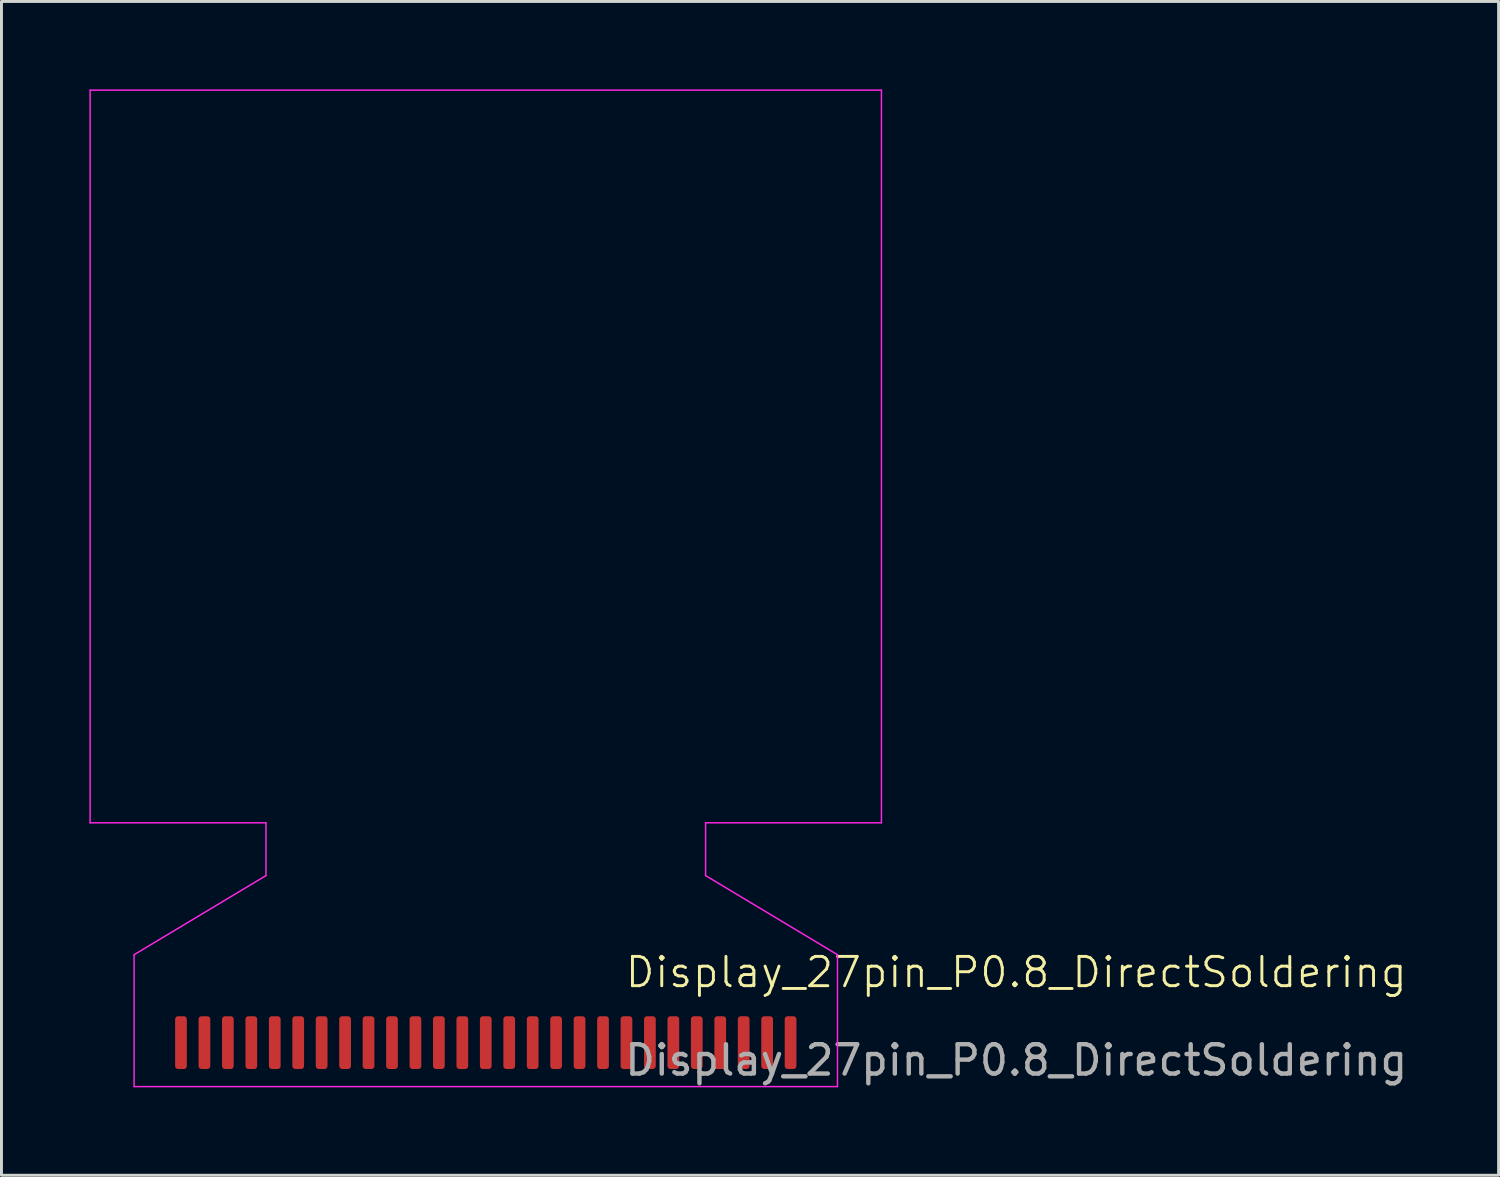
<source format=kicad_pcb>
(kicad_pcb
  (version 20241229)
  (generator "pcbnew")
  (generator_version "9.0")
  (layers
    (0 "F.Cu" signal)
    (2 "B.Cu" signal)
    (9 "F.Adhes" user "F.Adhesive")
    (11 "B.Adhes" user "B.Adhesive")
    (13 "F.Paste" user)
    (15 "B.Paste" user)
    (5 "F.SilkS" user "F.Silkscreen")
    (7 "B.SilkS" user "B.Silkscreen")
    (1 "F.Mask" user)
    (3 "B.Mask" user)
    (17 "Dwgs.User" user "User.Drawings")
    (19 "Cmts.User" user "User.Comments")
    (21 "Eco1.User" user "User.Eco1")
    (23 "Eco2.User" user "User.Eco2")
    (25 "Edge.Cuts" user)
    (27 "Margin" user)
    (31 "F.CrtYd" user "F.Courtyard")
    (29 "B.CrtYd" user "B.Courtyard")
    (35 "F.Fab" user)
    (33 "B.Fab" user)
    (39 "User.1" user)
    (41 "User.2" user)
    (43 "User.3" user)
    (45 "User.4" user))
  (footprint "Display_27pin_P0.8_DirectSoldering"
    (layer "F.Cu")
    (at 13.525 32.525)
    (property "Reference" "Display_27pin_P0.8_DirectSoldering" (at 18.1 -2.4 0) (unlocked yes) (layer "F.SilkS") (effects (font (size 1 1) (thickness 0.1))))
    (attr smd)
    (fp_line (start -13.5 -32.5) (end -13.5 -7.5) (stroke (width 0.05) (type default)) (layer "F.CrtYd"))
    (fp_line (start -13.5 -7.5) (end -7.5 -7.5) (stroke (width 0.05) (type default)) (layer "F.CrtYd"))
    (fp_line (start -12 -3) (end -12 1.5) (stroke (width 0.05) (type default)) (layer "F.CrtYd"))
    (fp_line (start -12 -3) (end -7.5 -5.7) (stroke (width 0.05) (type default)) (layer "F.CrtYd"))
    (fp_line (start -12 1.5) (end 12 1.5) (stroke (width 0.05) (type default)) (layer "F.CrtYd"))
    (fp_line (start -7.5 -7.5) (end -7.5 -5.7) (stroke (width 0.05) (type default)) (layer "F.CrtYd"))
    (fp_line (start 7.5 -7.5) (end 7.5 -5.7) (stroke (width 0.05) (type default)) (layer "F.CrtYd"))
    (fp_line (start 7.5 -7.5) (end 13.5 -7.5) (stroke (width 0.05) (type default)) (layer "F.CrtYd"))
    (fp_line (start 7.5 -5.7) (end 12 -3) (stroke (width 0.05) (type default)) (layer "F.CrtYd"))
    (fp_line (start 12 1.5) (end 12 -3) (stroke (width 0.05) (type default)) (layer "F.CrtYd"))
    (fp_line (start 13.5 -32.5) (end -13.5 -32.5) (stroke (width 0.05) (type default)) (layer "F.CrtYd"))
    (fp_line (start 13.5 -7.5) (end 13.5 -32.5) (stroke (width 0.05) (type default)) (layer "F.CrtYd"))
    (fp_text user "${REFERENCE}" (at 18.1 0.6 0) (unlocked yes) (layer "F.Fab") (effects (font (size 1 1) (thickness 0.15))))
    (pad "1" smd roundrect (at 10.4 0 180) (size 0.4 1.8) (layers "F.Cu" "F.Mask" "F.Paste") (roundrect_rratio 0.25))
    (pad "2" smd roundrect (at 9.6 0 180) (size 0.4 1.8) (layers "F.Cu" "F.Mask" "F.Paste") (roundrect_rratio 0.25))
    (pad "3" smd roundrect (at 8.8 0 180) (size 0.4 1.8) (layers "F.Cu" "F.Mask" "F.Paste") (roundrect_rratio 0.25))
    (pad "4" smd roundrect (at 8 0 180) (size 0.4 1.8) (layers "F.Cu" "F.Mask" "F.Paste") (roundrect_rratio 0.25))
    (pad "5" smd roundrect (at 7.2 0 180) (size 0.4 1.8) (layers "F.Cu" "F.Mask" "F.Paste") (roundrect_rratio 0.25))
    (pad "6" smd roundrect (at 6.4 0 180) (size 0.4 1.8) (layers "F.Cu" "F.Mask" "F.Paste") (roundrect_rratio 0.25))
    (pad "7" smd roundrect (at 5.6 0 180) (size 0.4 1.8) (layers "F.Cu" "F.Mask" "F.Paste") (roundrect_rratio 0.25))
    (pad "8" smd roundrect (at 4.8 0 180) (size 0.4 1.8) (layers "F.Cu" "F.Mask" "F.Paste") (roundrect_rratio 0.25))
    (pad "9" smd roundrect (at 4 0 180) (size 0.4 1.8) (layers "F.Cu" "F.Mask" "F.Paste") (roundrect_rratio 0.25))
    (pad "10" smd roundrect (at 3.2 0 180) (size 0.4 1.8) (layers "F.Cu" "F.Mask" "F.Paste") (roundrect_rratio 0.25))
    (pad "11" smd roundrect (at 2.4 0 180) (size 0.4 1.8) (layers "F.Cu" "F.Mask" "F.Paste") (roundrect_rratio 0.25))
    (pad "12" smd roundrect (at 1.6 0 180) (size 0.4 1.8) (layers "F.Cu" "F.Mask" "F.Paste") (roundrect_rratio 0.25))
    (pad "13" smd roundrect (at 0.8 0 180) (size 0.4 1.8) (layers "F.Cu" "F.Mask" "F.Paste") (roundrect_rratio 0.25))
    (pad "14" smd roundrect (at 0 0 180) (size 0.4 1.8) (layers "F.Cu" "F.Mask" "F.Paste") (roundrect_rratio 0.25))
    (pad "15" smd roundrect (at -0.8 0 180) (size 0.4 1.8) (layers "F.Cu" "F.Mask" "F.Paste") (roundrect_rratio 0.25))
    (pad "16" smd roundrect (at -1.6 0 180) (size 0.4 1.8) (layers "F.Cu" "F.Mask" "F.Paste") (roundrect_rratio 0.25))
    (pad "17" smd roundrect (at -2.4 0 180) (size 0.4 1.8) (layers "F.Cu" "F.Mask" "F.Paste") (roundrect_rratio 0.25))
    (pad "18" smd roundrect (at -3.2 0 180) (size 0.4 1.8) (layers "F.Cu" "F.Mask" "F.Paste") (roundrect_rratio 0.25))
    (pad "19" smd roundrect (at -4 0 180) (size 0.4 1.8) (layers "F.Cu" "F.Mask" "F.Paste") (roundrect_rratio 0.25))
    (pad "20" smd roundrect (at -4.8 0 180) (size 0.4 1.8) (layers "F.Cu" "F.Mask" "F.Paste") (roundrect_rratio 0.25))
    (pad "21" smd roundrect (at -5.6 0 180) (size 0.4 1.8) (layers "F.Cu" "F.Mask" "F.Paste") (roundrect_rratio 0.25))
    (pad "22" smd roundrect (at -6.4 0 180) (size 0.4 1.8) (layers "F.Cu" "F.Mask" "F.Paste") (roundrect_rratio 0.25))
    (pad "23" smd roundrect (at -7.2 0 180) (size 0.4 1.8) (layers "F.Cu" "F.Mask" "F.Paste") (roundrect_rratio 0.25))
    (pad "24" smd roundrect (at -8 0 180) (size 0.4 1.8) (layers "F.Cu" "F.Mask" "F.Paste") (roundrect_rratio 0.25))
    (pad "25" smd roundrect (at -8.8 0 180) (size 0.4 1.8) (layers "F.Cu" "F.Mask" "F.Paste") (roundrect_rratio 0.25))
    (pad "26" smd roundrect (at -9.6 0 180) (size 0.4 1.8) (layers "F.Cu" "F.Mask" "F.Paste") (roundrect_rratio 0.25))
    (pad "27" smd roundrect (at -10.4 0 180) (size 0.4 1.8) (layers "F.Cu" "F.Mask" "F.Paste") (roundrect_rratio 0.25)))
  (gr_rect
    (start -3 -3)
    (end 48.083 37.05)
    (stroke (width 0.1) (type default))
    (fill no)
    (layer "Edge.Cuts")))
</source>
